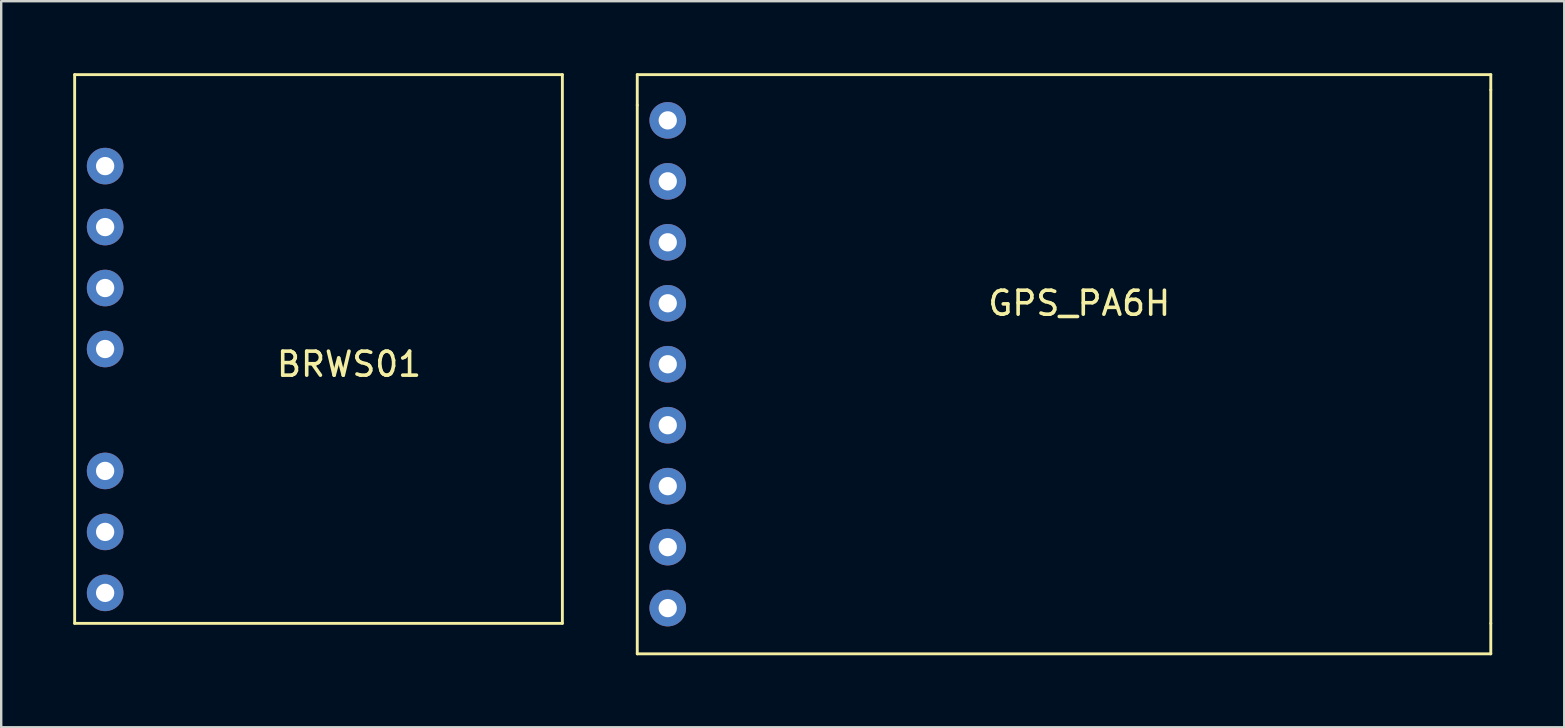
<source format=kicad_pcb>
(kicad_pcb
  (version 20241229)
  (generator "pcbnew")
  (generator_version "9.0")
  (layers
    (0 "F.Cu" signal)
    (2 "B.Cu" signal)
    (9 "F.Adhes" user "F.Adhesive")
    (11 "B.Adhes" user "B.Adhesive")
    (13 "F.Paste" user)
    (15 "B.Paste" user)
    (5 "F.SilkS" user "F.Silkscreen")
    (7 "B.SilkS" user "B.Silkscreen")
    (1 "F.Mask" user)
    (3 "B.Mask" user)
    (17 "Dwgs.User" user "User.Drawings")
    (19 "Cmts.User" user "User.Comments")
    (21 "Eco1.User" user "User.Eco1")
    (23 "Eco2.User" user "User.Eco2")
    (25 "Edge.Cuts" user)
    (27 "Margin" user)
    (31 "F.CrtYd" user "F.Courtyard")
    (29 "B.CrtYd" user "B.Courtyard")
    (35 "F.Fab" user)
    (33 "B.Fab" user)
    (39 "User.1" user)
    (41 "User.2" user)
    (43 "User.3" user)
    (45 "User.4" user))
  (footprint "BRWS01"
    (layer "F.Cu")
    (at 1.33 3.87)
    (property "Reference" "BRWS01" (at 10.16 8.255 0) (layer "F.SilkS") (effects (font (size 1 1) (thickness 0.15))))
    (attr through_hole)
    (fp_line (start -1.27 -3.81) (end -1.27 19.05) (stroke (width 0.12) (type solid)) (layer "F.SilkS"))
    (fp_line (start -1.27 -3.81) (end 19.05 -3.81) (stroke (width 0.12) (type solid)) (layer "F.SilkS"))
    (fp_line (start -1.27 19.05) (end 19.05 19.05) (stroke (width 0.12) (type solid)) (layer "F.SilkS"))
    (fp_line (start 19.05 -3.81) (end 19.05 19.05) (stroke (width 0.12) (type solid)) (layer "F.SilkS"))
    (pad "1" thru_hole circle (at 0 0) (size 1.524 1.524) (drill 0.762) (layers "*.Cu" "*.Mask"))
    (pad "2" thru_hole circle (at 0 2.54) (size 1.524 1.524) (drill 0.762) (layers "*.Cu" "*.Mask"))
    (pad "3" thru_hole circle (at 0 5.08) (size 1.524 1.524) (drill 0.762) (layers "*.Cu" "*.Mask"))
    (pad "4" thru_hole circle (at 0 7.62) (size 1.524 1.524) (drill 0.762) (layers "*.Cu" "*.Mask"))
    (pad "5" thru_hole circle (at 0 12.7) (size 1.524 1.524) (drill 0.762) (layers "*.Cu" "*.Mask"))
    (pad "6" thru_hole circle (at 0 15.24) (size 1.524 1.524) (drill 0.762) (layers "*.Cu" "*.Mask"))
    (pad "7" thru_hole circle (at 0 17.78) (size 1.524 1.524) (drill 0.762) (layers "*.Cu" "*.Mask")))
  (footprint "GPS_PA6H"
    (layer "F.Cu")
    (at 24.77 1.965)
    (property "Reference" "GPS_PA6H" (at 17.145 7.62 0) (layer "F.SilkS") (effects (font (size 1 1) (thickness 0.15))))
    (attr through_hole)
    (fp_line (start -1.27 -1.905) (end 34.29 -1.905) (stroke (width 0.12) (type solid)) (layer "F.SilkS"))
    (fp_line (start -1.27 -0.635) (end -1.27 -1.905) (stroke (width 0.12) (type solid)) (layer "F.SilkS"))
    (fp_line (start -1.27 -0.635) (end -1.27 22.225) (stroke (width 0.12) (type solid)) (layer "F.SilkS"))
    (fp_line (start -1.27 22.225) (end 34.29 22.225) (stroke (width 0.12) (type solid)) (layer "F.SilkS"))
    (fp_line (start 34.29 -1.905) (end 34.29 -1.27) (stroke (width 0.12) (type solid)) (layer "F.SilkS"))
    (fp_line (start 34.29 -1.27) (end 34.29 20.955) (stroke (width 0.12) (type solid)) (layer "F.SilkS"))
    (fp_line (start 34.29 22.225) (end 34.29 20.955) (stroke (width 0.12) (type solid)) (layer "F.SilkS"))
    (pad "1" thru_hole circle (at 0 0) (size 1.524 1.524) (drill 0.762) (layers "*.Cu" "*.Mask"))
    (pad "2" thru_hole circle (at 0 2.54) (size 1.524 1.524) (drill 0.762) (layers "*.Cu" "*.Mask"))
    (pad "3" thru_hole circle (at 0 5.08) (size 1.524 1.524) (drill 0.762) (layers "*.Cu" "*.Mask"))
    (pad "4" thru_hole circle (at 0 7.62) (size 1.524 1.524) (drill 0.762) (layers "*.Cu" "*.Mask"))
    (pad "5" thru_hole circle (at 0 10.16) (size 1.524 1.524) (drill 0.762) (layers "*.Cu" "*.Mask"))
    (pad "6" thru_hole circle (at 0 12.7) (size 1.524 1.524) (drill 0.762) (layers "*.Cu" "*.Mask"))
    (pad "7" thru_hole circle (at 0 15.24) (size 1.524 1.524) (drill 0.762) (layers "*.Cu" "*.Mask"))
    (pad "8" thru_hole circle (at 0 17.78) (size 1.524 1.524) (drill 0.762) (layers "*.Cu" "*.Mask"))
    (pad "9" thru_hole circle (at 0 20.32) (size 1.524 1.524) (drill 0.762) (layers "*.Cu" "*.Mask")))
  (gr_rect
    (start -3 -3)
    (end 62.12 27.25)
    (stroke (width 0.1) (type default))
    (fill no)
    (layer "Edge.Cuts")))
</source>
